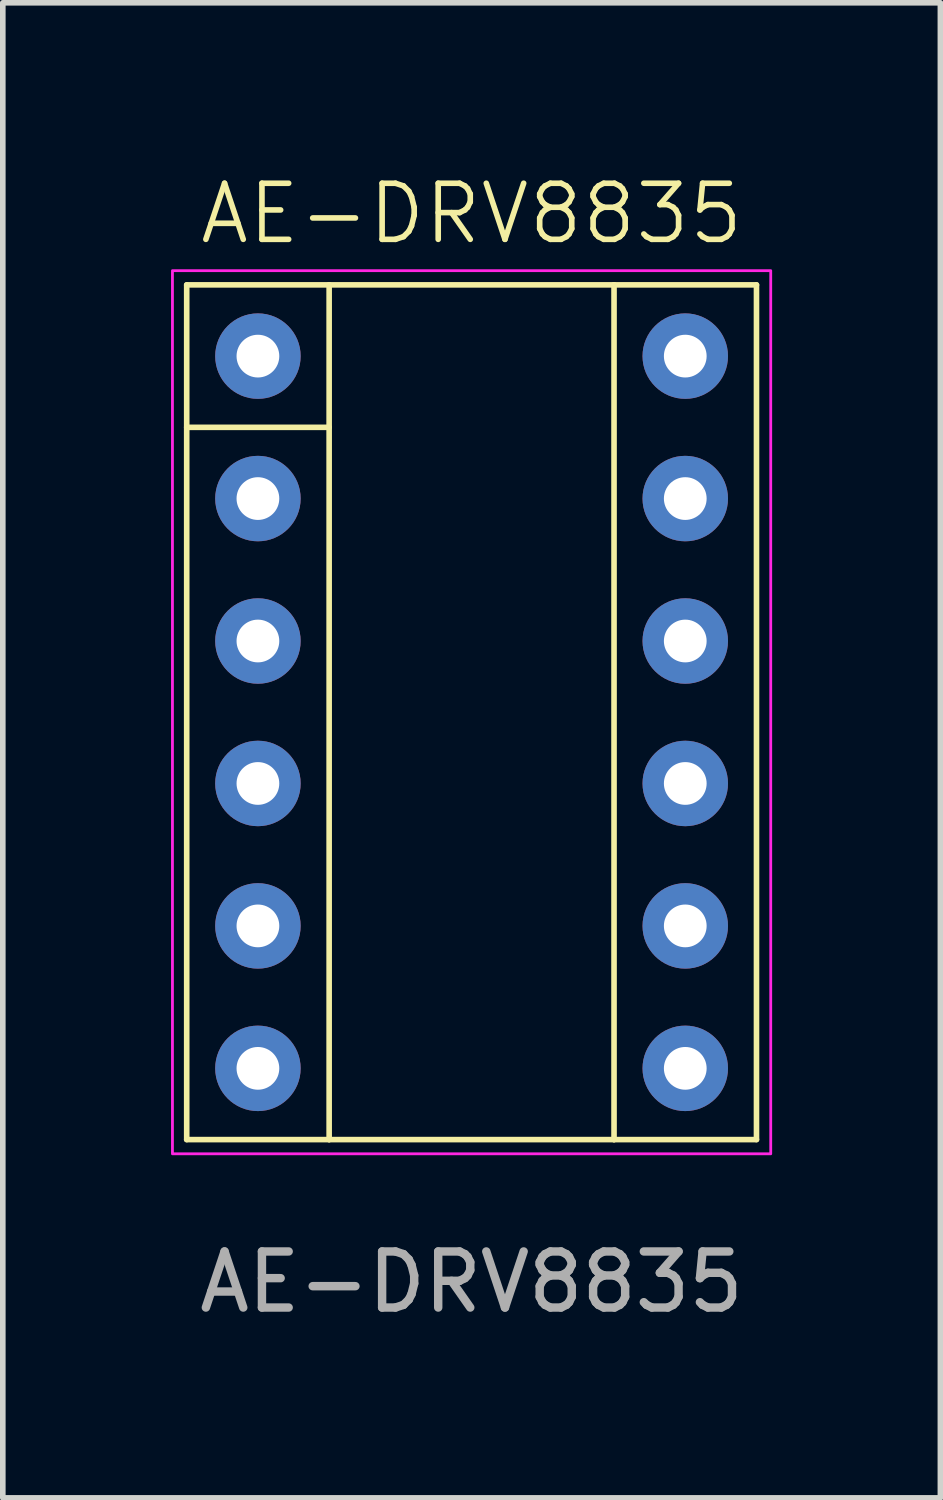
<source format=kicad_pcb>
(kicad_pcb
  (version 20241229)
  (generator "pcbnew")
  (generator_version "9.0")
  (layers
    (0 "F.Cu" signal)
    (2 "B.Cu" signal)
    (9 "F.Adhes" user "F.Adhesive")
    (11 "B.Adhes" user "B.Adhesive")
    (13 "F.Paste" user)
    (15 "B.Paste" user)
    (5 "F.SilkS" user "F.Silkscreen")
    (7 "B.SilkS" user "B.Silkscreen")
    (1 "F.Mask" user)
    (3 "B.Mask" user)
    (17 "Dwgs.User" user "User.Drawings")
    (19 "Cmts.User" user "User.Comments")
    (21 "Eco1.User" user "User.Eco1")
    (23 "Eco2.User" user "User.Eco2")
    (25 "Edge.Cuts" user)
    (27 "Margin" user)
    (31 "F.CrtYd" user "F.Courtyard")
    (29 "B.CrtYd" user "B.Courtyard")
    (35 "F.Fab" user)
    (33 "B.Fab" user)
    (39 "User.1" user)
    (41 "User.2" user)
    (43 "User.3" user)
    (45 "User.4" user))
  (footprint "AE-DRV8835"
    (layer "F.Cu")
    (at 5.359 9.65)
    (property "Reference" "AE-DRV8835" (at 0 -8.89 0) (unlocked yes) (layer "F.SilkS") (effects (font (size 1 1) (thickness 0.1))))
    (attr through_hole)
    (fp_line (start -5.08 -7.62) (end -5.08 7.62) (stroke (width 0.1) (type default)) (layer "F.SilkS"))
    (fp_line (start -5.08 -5.08) (end -2.54 -5.08) (stroke (width 0.1) (type default)) (layer "F.SilkS"))
    (fp_line (start -5.08 7.62) (end -2.54 7.62) (stroke (width 0.1) (type default)) (layer "F.SilkS"))
    (fp_line (start -2.54 -7.62) (end -5.08 -7.62) (stroke (width 0.1) (type default)) (layer "F.SilkS"))
    (fp_line (start -2.54 7.62) (end -2.54 -7.62) (stroke (width 0.1) (type default)) (layer "F.SilkS"))
    (fp_line (start -2.54 7.62) (end 2.54 7.62) (stroke (width 0.1) (type default)) (layer "F.SilkS"))
    (fp_line (start 2.54 -7.62) (end -2.54 -7.62) (stroke (width 0.1) (type default)) (layer "F.SilkS"))
    (fp_line (start 2.54 -7.62) (end 5.08 -7.62) (stroke (width 0.1) (type default)) (layer "F.SilkS"))
    (fp_line (start 2.54 7.62) (end 2.54 -7.62) (stroke (width 0.1) (type default)) (layer "F.SilkS"))
    (fp_line (start 5.08 -7.62) (end 5.08 7.62) (stroke (width 0.1) (type default)) (layer "F.SilkS"))
    (fp_line (start 5.08 7.62) (end 2.54 7.62) (stroke (width 0.1) (type default)) (layer "F.SilkS"))
    (fp_rect (start -5.334 -7.874) (end 5.334 7.874) (stroke (width 0.05) (type default)) (fill no) (layer "F.CrtYd"))
    (fp_text user "${REFERENCE}" (at 0 10.16 0) (unlocked yes) (layer "F.Fab") (effects (font (size 1 1) (thickness 0.15))))
    (pad "1" thru_hole circle (at -3.81 -6.35) (size 1.524 1.524) (drill 0.762) (layers "*.Cu" "*.Mask"))
    (pad "2" thru_hole circle (at -3.81 -3.81) (size 1.524 1.524) (drill 0.762) (layers "*.Cu" "*.Mask"))
    (pad "3" thru_hole circle (at -3.81 -1.27) (size 1.524 1.524) (drill 0.762) (layers "*.Cu" "*.Mask"))
    (pad "4" thru_hole circle (at -3.81 1.27) (size 1.524 1.524) (drill 0.762) (layers "*.Cu" "*.Mask"))
    (pad "5" thru_hole circle (at -3.81 3.81) (size 1.524 1.524) (drill 0.762) (layers "*.Cu" "*.Mask"))
    (pad "6" thru_hole circle (at -3.81 6.35) (size 1.524 1.524) (drill 0.762) (layers "*.Cu" "*.Mask"))
    (pad "7" thru_hole circle (at 3.81 6.35) (size 1.524 1.524) (drill 0.762) (layers "*.Cu" "*.Mask"))
    (pad "8" thru_hole circle (at 3.81 3.81) (size 1.524 1.524) (drill 0.762) (layers "*.Cu" "*.Mask"))
    (pad "9" thru_hole circle (at 3.81 1.27) (size 1.524 1.524) (drill 0.762) (layers "*.Cu" "*.Mask"))
    (pad "10" thru_hole circle (at 3.81 -1.27) (size 1.524 1.524) (drill 0.762) (layers "*.Cu" "*.Mask"))
    (pad "11" thru_hole circle (at 3.81 -3.81) (size 1.524 1.524) (drill 0.762) (layers "*.Cu" "*.Mask"))
    (pad "12" thru_hole circle (at 3.81 -6.35) (size 1.524 1.524) (drill 0.762) (layers "*.Cu" "*.Mask")))
  (gr_rect
    (start -3 -3)
    (end 13.718 23.659)
    (stroke (width 0.1) (type default))
    (fill no)
    (layer "Edge.Cuts")))
</source>
